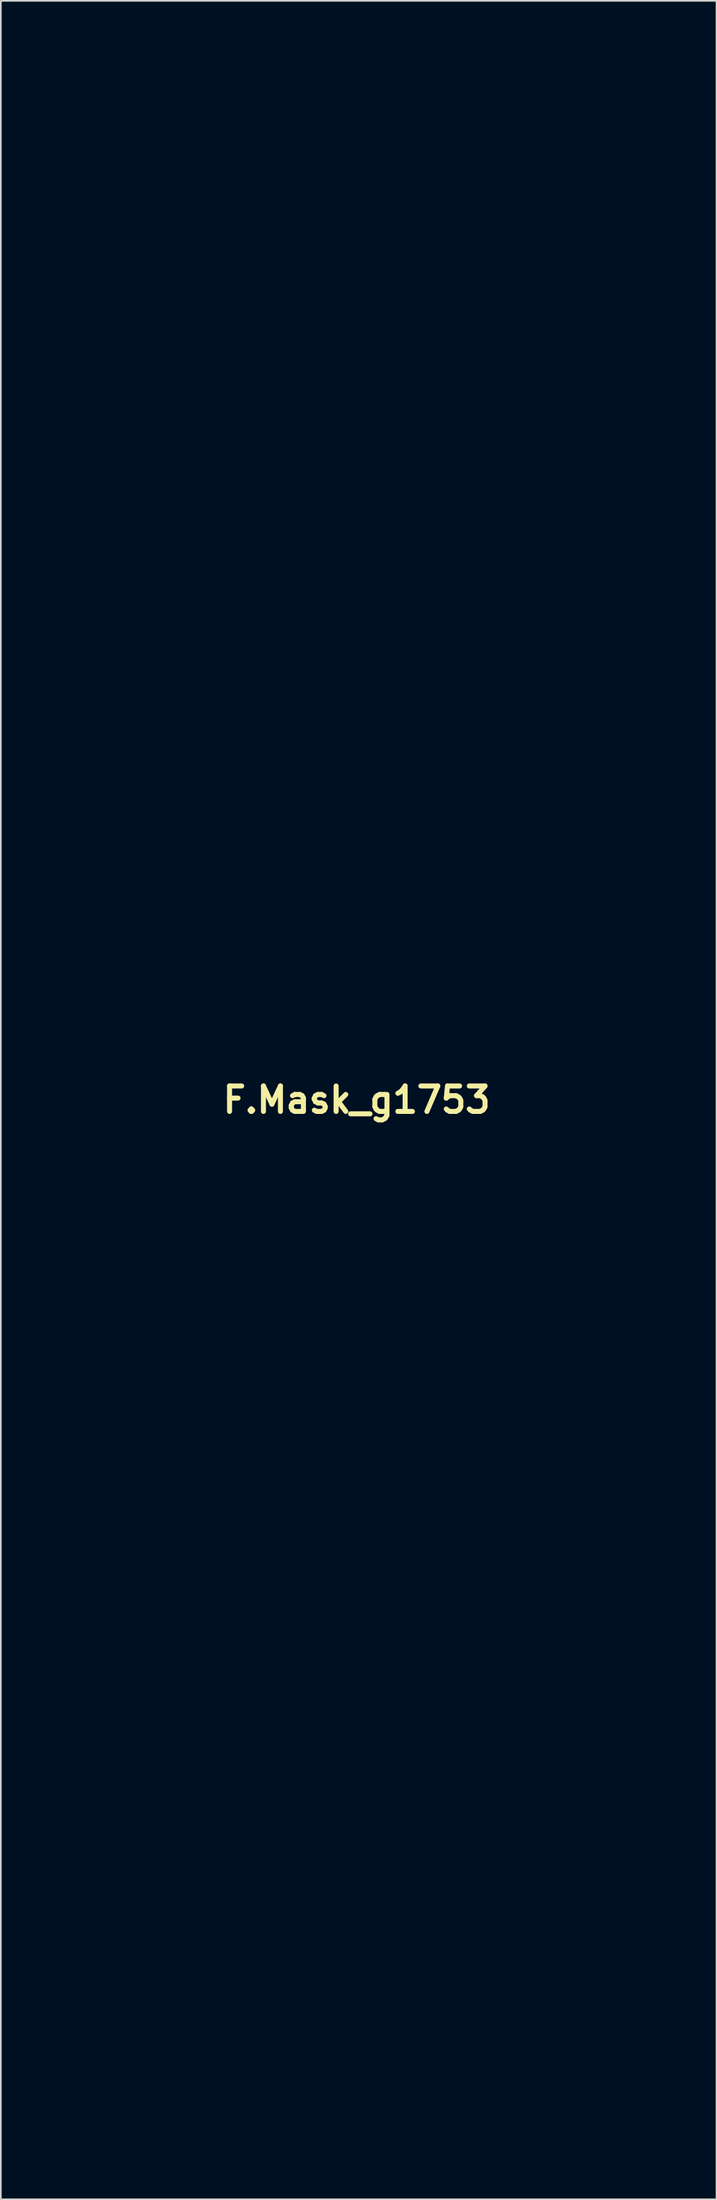
<source format=kicad_pcb>
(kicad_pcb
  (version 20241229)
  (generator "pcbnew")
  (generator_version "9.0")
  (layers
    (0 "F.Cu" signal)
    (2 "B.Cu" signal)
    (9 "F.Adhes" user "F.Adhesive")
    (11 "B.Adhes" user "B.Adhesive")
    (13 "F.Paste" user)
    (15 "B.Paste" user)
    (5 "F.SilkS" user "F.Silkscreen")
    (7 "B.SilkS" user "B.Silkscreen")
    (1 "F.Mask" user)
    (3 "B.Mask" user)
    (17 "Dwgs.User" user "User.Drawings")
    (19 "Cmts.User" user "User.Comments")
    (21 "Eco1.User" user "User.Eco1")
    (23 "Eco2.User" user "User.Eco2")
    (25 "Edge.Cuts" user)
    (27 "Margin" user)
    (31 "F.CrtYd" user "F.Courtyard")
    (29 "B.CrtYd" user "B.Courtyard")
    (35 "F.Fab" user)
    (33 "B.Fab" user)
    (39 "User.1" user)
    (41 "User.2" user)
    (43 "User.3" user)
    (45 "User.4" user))
  (footprint "F.Mask_g1753"
    (layer "F.Cu")
    (at 18.33 62.848)
    (property "Reference" "F.Mask_g1753" (at 0 0 0) (layer "F.SilkS") (effects (font (size 1.524 1.524) (thickness 0.3))))
    (attr through_hole)
    (fp_poly (pts (xy 12.95 -62.832) (xy 13.01 -62.823) (xy 13.257 -62.757) (xy 13.486 -62.656) (xy 13.694 -62.522) (xy 13.878 -62.36) (xy 14.034 -62.173) (xy 14.16 -61.964) (xy 14.254 -61.737) (xy 14.311 -61.495) (xy 14.33 -61.252) (xy 14.318 -61.034) (xy 14.28 -60.835) (xy 14.213 -60.641) (xy 14.171 -60.547) (xy 14.039 -60.32) (xy 13.877 -60.122) (xy 13.689 -59.955) (xy 13.477 -59.821) (xy 13.245 -59.722) (xy 12.994 -59.66) (xy 12.812 -59.64) (xy 12.707 -59.637) (xy 12.6 -59.64) (xy 12.51 -59.647) (xy 12.497 -59.649) (xy 12.25 -59.708) (xy 12.015 -59.806) (xy 11.795 -59.942) (xy 11.598 -60.112) (xy 11.43 -60.307) (xy 11.3 -60.516) (xy 11.206 -60.736) (xy 11.148 -60.963) (xy 11.124 -61.193) (xy 11.134 -61.423) (xy 11.177 -61.648) (xy 11.252 -61.866) (xy 11.358 -62.071) (xy 11.494 -62.262) (xy 11.659 -62.433) (xy 11.852 -62.581) (xy 12.073 -62.703) (xy 12.245 -62.771) (xy 12.404 -62.811) (xy 12.587 -62.836) (xy 12.774 -62.843) (xy 12.95 -62.832)) (stroke (width 0.01) (type solid)) (fill yes) (layer "F.Mask"))
    (fp_poly (pts (xy 0.836 -2.217) (xy 1.097 -2.184) (xy 1.342 -2.113) (xy 1.569 -2.005) (xy 1.774 -1.862) (xy 1.955 -1.686) (xy 2.109 -1.478) (xy 2.191 -1.333) (xy 2.289 -1.094) (xy 2.345 -0.847) (xy 2.36 -0.595) (xy 2.333 -0.337) (xy 2.277 -0.116) (xy 2.184 0.111) (xy 2.054 0.32) (xy 1.894 0.508) (xy 1.706 0.67) (xy 1.496 0.803) (xy 1.269 0.902) (xy 1.143 0.939) (xy 1.01 0.964) (xy 0.859 0.979) (xy 0.708 0.985) (xy 0.572 0.979) (xy 0.525 0.973) (xy 0.271 0.913) (xy 0.035 0.815) (xy -0.18 0.684) (xy -0.371 0.521) (xy -0.535 0.33) (xy -0.669 0.113) (xy -0.77 -0.126) (xy -0.807 -0.253) (xy -0.828 -0.345) (xy -0.84 -0.427) (xy -0.845 -0.516) (xy -0.844 -0.626) (xy -0.842 -0.687) (xy -0.817 -0.936) (xy -0.76 -1.16) (xy -0.668 -1.367) (xy -0.539 -1.563) (xy -0.413 -1.711) (xy -0.218 -1.891) (xy -0.01 -2.032) (xy 0.213 -2.133) (xy 0.452 -2.195) (xy 0.708 -2.219) (xy 0.836 -2.217)) (stroke (width 0.01) (type solid)) (fill yes) (layer "F.Mask"))
    (fp_poly (pts (xy 5.924 -2.217) (xy 6.184 -2.183) (xy 6.427 -2.111) (xy 6.653 -2.002) (xy 6.857 -1.859) (xy 7.038 -1.681) (xy 7.192 -1.472) (xy 7.275 -1.326) (xy 7.364 -1.102) (xy 7.419 -0.863) (xy 7.438 -0.616) (xy 7.42 -0.372) (xy 7.377 -0.18) (xy 7.285 0.063) (xy 7.159 0.284) (xy 7.002 0.479) (xy 6.818 0.647) (xy 6.61 0.784) (xy 6.382 0.887) (xy 6.137 0.955) (xy 5.921 0.982) (xy 5.818 0.984) (xy 5.71 0.982) (xy 5.622 0.974) (xy 5.618 0.974) (xy 5.368 0.918) (xy 5.134 0.825) (xy 4.919 0.698) (xy 4.727 0.539) (xy 4.561 0.352) (xy 4.424 0.139) (xy 4.32 -0.097) (xy 4.273 -0.253) (xy 4.252 -0.345) (xy 4.24 -0.427) (xy 4.235 -0.516) (xy 4.236 -0.626) (xy 4.238 -0.687) (xy 4.263 -0.932) (xy 4.317 -1.152) (xy 4.406 -1.355) (xy 4.531 -1.549) (xy 4.676 -1.719) (xy 4.871 -1.898) (xy 5.081 -2.037) (xy 5.306 -2.137) (xy 5.548 -2.197) (xy 5.806 -2.219) (xy 5.924 -2.217)) (stroke (width 0.01) (type solid)) (fill yes) (layer "F.Mask"))
    (fp_poly (pts (xy -12.401 -62.824) (xy -12.358 -62.816) (xy -12.108 -62.743) (xy -11.878 -62.637) (xy -11.672 -62.498) (xy -11.492 -62.332) (xy -11.34 -62.14) (xy -11.22 -61.927) (xy -11.133 -61.695) (xy -11.082 -61.448) (xy -11.07 -61.248) (xy -11.091 -60.987) (xy -11.149 -60.74) (xy -11.243 -60.51) (xy -11.37 -60.3) (xy -11.528 -60.113) (xy -11.713 -59.952) (xy -11.923 -59.821) (xy -12.156 -59.721) (xy -12.408 -59.657) (xy -12.46 -59.648) (xy -12.59 -59.634) (xy -12.706 -59.631) (xy -12.83 -59.641) (xy -12.903 -59.65) (xy -13.147 -59.706) (xy -13.377 -59.8) (xy -13.589 -59.927) (xy -13.779 -60.086) (xy -13.944 -60.271) (xy -14.08 -60.481) (xy -14.184 -60.711) (xy -14.236 -60.888) (xy -14.256 -61.016) (xy -14.266 -61.167) (xy -14.266 -61.326) (xy -14.255 -61.477) (xy -14.235 -61.604) (xy -14.233 -61.611) (xy -14.151 -61.859) (xy -14.034 -62.086) (xy -13.883 -62.289) (xy -13.701 -62.467) (xy -13.492 -62.616) (xy -13.257 -62.733) (xy -13.155 -62.771) (xy -12.982 -62.814) (xy -12.787 -62.838) (xy -12.588 -62.842) (xy -12.401 -62.824)) (stroke (width 0.01) (type solid)) (fill yes) (layer "F.Mask"))
    (fp_poly (pts (xy -12.463 59.668) (xy -12.227 59.717) (xy -12.002 59.801) (xy -11.792 59.919) (xy -11.6 60.069) (xy -11.431 60.249) (xy -11.286 60.458) (xy -11.17 60.693) (xy -11.134 60.791) (xy -11.099 60.929) (xy -11.079 61.092) (xy -11.072 61.267) (xy -11.079 61.439) (xy -11.1 61.595) (xy -11.109 61.635) (xy -11.194 61.889) (xy -11.313 62.118) (xy -11.463 62.322) (xy -11.642 62.497) (xy -11.849 62.641) (xy -12.081 62.753) (xy -12.306 62.824) (xy -12.465 62.85) (xy -12.642 62.862) (xy -12.82 62.859) (xy -12.979 62.839) (xy -13.007 62.834) (xy -13.256 62.758) (xy -13.485 62.646) (xy -13.692 62.499) (xy -13.873 62.321) (xy -14.025 62.115) (xy -14.107 61.965) (xy -14.183 61.789) (xy -14.233 61.626) (xy -14.26 61.458) (xy -14.268 61.27) (xy -14.268 61.269) (xy -14.249 61.003) (xy -14.191 60.753) (xy -14.095 60.522) (xy -13.961 60.31) (xy -13.79 60.116) (xy -13.76 60.088) (xy -13.596 59.952) (xy -13.43 59.848) (xy -13.247 59.765) (xy -13.206 59.75) (xy -12.956 59.683) (xy -12.707 59.656) (xy -12.463 59.668)) (stroke (width 0.01) (type solid)) (fill yes) (layer "F.Mask"))
    (fp_poly (pts (xy 1.043 4.144) (xy 1.274 4.203) (xy 1.493 4.294) (xy 1.58 4.341) (xy 1.675 4.407) (xy 1.783 4.499) (xy 1.895 4.606) (xy 2 4.719) (xy 2.088 4.828) (xy 2.144 4.911) (xy 2.253 5.14) (xy 2.324 5.382) (xy 2.356 5.632) (xy 2.35 5.883) (xy 2.306 6.13) (xy 2.222 6.368) (xy 2.191 6.435) (xy 2.054 6.66) (xy 1.887 6.857) (xy 1.691 7.024) (xy 1.47 7.158) (xy 1.225 7.258) (xy 1.217 7.26) (xy 1.078 7.292) (xy 0.914 7.312) (xy 0.74 7.319) (xy 0.57 7.312) (xy 0.42 7.292) (xy 0.381 7.283) (xy 0.218 7.235) (xy 0.077 7.177) (xy -0.062 7.101) (xy -0.123 7.062) (xy -0.312 6.915) (xy -0.482 6.735) (xy -0.626 6.531) (xy -0.738 6.31) (xy -0.774 6.212) (xy -0.82 6.03) (xy -0.843 5.828) (xy -0.844 5.62) (xy -0.822 5.425) (xy -0.807 5.355) (xy -0.723 5.102) (xy -0.605 4.872) (xy -0.456 4.668) (xy -0.278 4.493) (xy -0.073 4.347) (xy 0.154 4.234) (xy 0.403 4.157) (xy 0.585 4.125) (xy 0.809 4.117) (xy 1.043 4.144)) (stroke (width 0.01) (type solid)) (fill yes) (layer "F.Mask"))
    (fp_poly (pts (xy 6.123 4.144) (xy 6.355 4.204) (xy 6.574 4.294) (xy 6.66 4.341) (xy 6.754 4.406) (xy 6.862 4.497) (xy 6.973 4.604) (xy 7.077 4.717) (xy 7.166 4.825) (xy 7.224 4.911) (xy 7.332 5.138) (xy 7.402 5.378) (xy 7.435 5.627) (xy 7.43 5.877) (xy 7.387 6.124) (xy 7.306 6.361) (xy 7.271 6.435) (xy 7.134 6.66) (xy 6.967 6.857) (xy 6.771 7.024) (xy 6.55 7.158) (xy 6.305 7.258) (xy 6.297 7.26) (xy 6.158 7.293) (xy 5.994 7.312) (xy 5.819 7.319) (xy 5.649 7.312) (xy 5.499 7.291) (xy 5.461 7.283) (xy 5.232 7.209) (xy 5.031 7.11) (xy 4.846 6.981) (xy 4.67 6.814) (xy 4.667 6.812) (xy 4.541 6.666) (xy 4.444 6.523) (xy 4.366 6.368) (xy 4.312 6.229) (xy 4.26 6.027) (xy 4.235 5.808) (xy 4.237 5.587) (xy 4.267 5.38) (xy 4.273 5.355) (xy 4.357 5.102) (xy 4.475 4.872) (xy 4.624 4.668) (xy 4.802 4.493) (xy 5.007 4.347) (xy 5.234 4.234) (xy 5.483 4.157) (xy 5.665 4.125) (xy 5.89 4.117) (xy 6.123 4.144)) (stroke (width 0.01) (type solid)) (fill yes) (layer "F.Mask"))
    (fp_poly (pts (xy 0.953 16.837) (xy 1.132 16.866) (xy 1.301 16.919) (xy 1.45 16.985) (xy 1.682 17.122) (xy 1.882 17.286) (xy 2.049 17.473) (xy 2.181 17.683) (xy 2.276 17.914) (xy 2.335 18.162) (xy 2.354 18.426) (xy 2.334 18.684) (xy 2.275 18.93) (xy 2.181 19.16) (xy 2.053 19.37) (xy 1.894 19.558) (xy 1.707 19.719) (xy 1.494 19.851) (xy 1.259 19.95) (xy 1.149 19.983) (xy 1.004 20.009) (xy 0.836 20.022) (xy 0.662 20.022) (xy 0.496 20.009) (xy 0.354 19.983) (xy 0.351 19.982) (xy 0.106 19.894) (xy -0.119 19.771) (xy -0.32 19.616) (xy -0.494 19.431) (xy -0.639 19.219) (xy -0.751 18.983) (xy -0.787 18.881) (xy -0.808 18.807) (xy -0.822 18.737) (xy -0.83 18.66) (xy -0.835 18.564) (xy -0.836 18.439) (xy -0.836 18.426) (xy -0.835 18.297) (xy -0.831 18.199) (xy -0.823 18.12) (xy -0.809 18.05) (xy -0.789 17.977) (xy -0.787 17.971) (xy -0.689 17.726) (xy -0.56 17.506) (xy -0.401 17.312) (xy -0.216 17.148) (xy -0.009 17.015) (xy 0.218 16.916) (xy 0.462 16.853) (xy 0.719 16.828) (xy 0.75 16.828) (xy 0.953 16.837)) (stroke (width 0.01) (type solid)) (fill yes) (layer "F.Mask"))
    (fp_poly (pts (xy 1.023 10.498) (xy 1.272 10.558) (xy 1.506 10.657) (xy 1.722 10.794) (xy 1.916 10.966) (xy 1.956 11.009) (xy 2.099 11.198) (xy 2.214 11.41) (xy 2.297 11.637) (xy 2.347 11.872) (xy 2.361 12.107) (xy 2.35 12.257) (xy 2.297 12.514) (xy 2.212 12.747) (xy 2.091 12.96) (xy 1.933 13.159) (xy 1.875 13.219) (xy 1.682 13.383) (xy 1.465 13.514) (xy 1.231 13.609) (xy 1.151 13.632) (xy 0.988 13.661) (xy 0.805 13.673) (xy 0.616 13.669) (xy 0.44 13.647) (xy 0.36 13.63) (xy 0.112 13.544) (xy -0.114 13.423) (xy -0.316 13.269) (xy -0.491 13.086) (xy -0.636 12.875) (xy -0.749 12.64) (xy -0.787 12.531) (xy -0.808 12.457) (xy -0.822 12.386) (xy -0.831 12.309) (xy -0.835 12.212) (xy -0.836 12.085) (xy -0.836 12.076) (xy -0.835 11.946) (xy -0.831 11.848) (xy -0.823 11.769) (xy -0.809 11.699) (xy -0.788 11.625) (xy -0.787 11.62) (xy -0.69 11.375) (xy -0.56 11.155) (xy -0.4 10.961) (xy -0.214 10.797) (xy -0.005 10.664) (xy 0.225 10.565) (xy 0.472 10.502) (xy 0.733 10.478) (xy 0.762 10.477) (xy 1.023 10.498)) (stroke (width 0.01) (type solid)) (fill yes) (layer "F.Mask"))
    (fp_poly (pts (xy 6.101 10.497) (xy 6.339 10.554) (xy 6.56 10.645) (xy 6.762 10.766) (xy 6.942 10.915) (xy 7.098 11.088) (xy 7.227 11.281) (xy 7.328 11.492) (xy 7.397 11.717) (xy 7.433 11.952) (xy 7.434 12.196) (xy 7.396 12.443) (xy 7.353 12.594) (xy 7.264 12.807) (xy 7.144 13.001) (xy 6.988 13.185) (xy 6.953 13.22) (xy 6.758 13.384) (xy 6.541 13.515) (xy 6.31 13.609) (xy 6.231 13.632) (xy 6.07 13.661) (xy 5.887 13.673) (xy 5.699 13.669) (xy 5.523 13.648) (xy 5.44 13.63) (xy 5.194 13.546) (xy 4.968 13.425) (xy 4.767 13.272) (xy 4.592 13.089) (xy 4.446 12.879) (xy 4.333 12.644) (xy 4.293 12.531) (xy 4.272 12.457) (xy 4.258 12.387) (xy 4.25 12.31) (xy 4.245 12.214) (xy 4.244 12.089) (xy 4.244 12.076) (xy 4.245 11.947) (xy 4.249 11.849) (xy 4.257 11.77) (xy 4.271 11.7) (xy 4.291 11.627) (xy 4.293 11.62) (xy 4.392 11.372) (xy 4.523 11.149) (xy 4.687 10.954) (xy 4.88 10.787) (xy 5.101 10.651) (xy 5.154 10.625) (xy 5.348 10.548) (xy 5.545 10.5) (xy 5.757 10.479) (xy 5.848 10.477) (xy 6.101 10.497)) (stroke (width 0.01) (type solid)) (fill yes) (layer "F.Mask"))
    (fp_poly (pts (xy 13.029 12.119) (xy 13.338 12.165) (xy 13.643 12.251) (xy 13.938 12.376) (xy 14.121 12.475) (xy 14.281 12.582) (xy 14.434 12.705) (xy 14.594 12.855) (xy 14.595 12.857) (xy 14.812 13.103) (xy 14.991 13.37) (xy 15.133 13.654) (xy 15.237 13.954) (xy 15.301 14.267) (xy 15.325 14.591) (xy 15.325 14.616) (xy 15.304 14.939) (xy 15.242 15.254) (xy 15.141 15.556) (xy 15.002 15.844) (xy 14.825 16.114) (xy 14.645 16.328) (xy 14.412 16.547) (xy 14.155 16.733) (xy 13.878 16.884) (xy 13.585 16.999) (xy 13.279 17.077) (xy 12.965 17.116) (xy 12.645 17.116) (xy 12.42 17.091) (xy 12.118 17.023) (xy 11.828 16.917) (xy 11.554 16.775) (xy 11.298 16.601) (xy 11.065 16.398) (xy 10.858 16.168) (xy 10.68 15.916) (xy 10.534 15.643) (xy 10.425 15.353) (xy 10.404 15.28) (xy 10.339 14.962) (xy 10.316 14.643) (xy 10.332 14.327) (xy 10.387 14.018) (xy 10.481 13.719) (xy 10.612 13.434) (xy 10.778 13.165) (xy 10.981 12.917) (xy 11.037 12.859) (xy 11.279 12.643) (xy 11.541 12.464) (xy 11.82 12.32) (xy 12.112 12.213) (xy 12.413 12.144) (xy 12.72 12.112) (xy 13.029 12.119)) (stroke (width 0.01) (type solid)) (fill yes) (layer "F.Mask"))
    (fp_poly (pts (xy 5.809 16.83) (xy 5.905 16.834) (xy 6.074 16.845) (xy 6.215 16.867) (xy 6.342 16.901) (xy 6.47 16.952) (xy 6.574 17.004) (xy 6.798 17.145) (xy 6.992 17.313) (xy 7.152 17.506) (xy 7.278 17.721) (xy 7.368 17.956) (xy 7.42 18.208) (xy 7.433 18.426) (xy 7.413 18.685) (xy 7.355 18.931) (xy 7.26 19.161) (xy 7.132 19.371) (xy 6.973 19.559) (xy 6.786 19.72) (xy 6.574 19.852) (xy 6.338 19.951) (xy 6.229 19.983) (xy 6.084 20.009) (xy 5.915 20.021) (xy 5.739 20.021) (xy 5.572 20.007) (xy 5.43 19.981) (xy 5.188 19.895) (xy 4.965 19.773) (xy 4.764 19.618) (xy 4.59 19.435) (xy 4.444 19.225) (xy 4.332 18.992) (xy 4.293 18.881) (xy 4.272 18.807) (xy 4.258 18.736) (xy 4.249 18.659) (xy 4.245 18.562) (xy 4.244 18.435) (xy 4.244 18.426) (xy 4.245 18.296) (xy 4.249 18.198) (xy 4.257 18.119) (xy 4.271 18.049) (xy 4.292 17.975) (xy 4.293 17.971) (xy 4.391 17.726) (xy 4.522 17.504) (xy 4.685 17.308) (xy 4.876 17.141) (xy 5.093 17.006) (xy 5.332 16.904) (xy 5.46 16.867) (xy 5.547 16.847) (xy 5.625 16.835) (xy 5.708 16.83) (xy 5.809 16.83)) (stroke (width 0.01) (type solid)) (fill yes) (layer "F.Mask"))
    (fp_poly (pts (xy 12.721 59.659) (xy 12.845 59.66) (xy 12.937 59.662) (xy 13.008 59.669) (xy 13.07 59.68) (xy 13.133 59.697) (xy 13.207 59.723) (xy 13.212 59.725) (xy 13.448 59.829) (xy 13.664 59.967) (xy 13.855 60.133) (xy 14.016 60.325) (xy 14.145 60.537) (xy 14.201 60.664) (xy 14.275 60.91) (xy 14.308 61.158) (xy 14.303 61.405) (xy 14.26 61.645) (xy 14.182 61.876) (xy 14.07 62.092) (xy 13.926 62.29) (xy 13.751 62.466) (xy 13.547 62.616) (xy 13.401 62.696) (xy 13.203 62.774) (xy 12.985 62.827) (xy 12.761 62.853) (xy 12.547 62.85) (xy 12.492 62.843) (xy 12.324 62.809) (xy 12.145 62.752) (xy 11.976 62.68) (xy 11.895 62.637) (xy 11.799 62.572) (xy 11.69 62.481) (xy 11.578 62.376) (xy 11.472 62.265) (xy 11.384 62.158) (xy 11.326 62.074) (xy 11.215 61.845) (xy 11.141 61.603) (xy 11.107 61.354) (xy 11.11 61.102) (xy 11.153 60.855) (xy 11.234 60.616) (xy 11.271 60.537) (xy 11.408 60.311) (xy 11.575 60.114) (xy 11.77 59.948) (xy 11.993 59.813) (xy 12.24 59.713) (xy 12.255 59.708) (xy 12.327 59.687) (xy 12.394 59.673) (xy 12.468 59.665) (xy 12.559 59.66) (xy 12.679 59.659) (xy 12.721 59.659)) (stroke (width 0.01) (type solid)) (fill yes) (layer "F.Mask"))
    (fp_poly (pts (xy 13.075 0.68) (xy 13.24 0.7) (xy 13.277 0.706) (xy 13.597 0.789) (xy 13.897 0.91) (xy 14.178 1.067) (xy 14.436 1.26) (xy 14.583 1.396) (xy 14.797 1.638) (xy 14.974 1.898) (xy 15.115 2.173) (xy 15.221 2.459) (xy 15.289 2.754) (xy 15.322 3.053) (xy 15.318 3.354) (xy 15.278 3.652) (xy 15.202 3.945) (xy 15.089 4.229) (xy 14.94 4.501) (xy 14.754 4.756) (xy 14.637 4.888) (xy 14.394 5.114) (xy 14.131 5.303) (xy 13.849 5.454) (xy 13.549 5.567) (xy 13.242 5.64) (xy 13.103 5.657) (xy 12.94 5.667) (xy 12.767 5.67) (xy 12.6 5.664) (xy 12.453 5.651) (xy 12.393 5.642) (xy 12.073 5.562) (xy 11.772 5.446) (xy 11.493 5.295) (xy 11.237 5.112) (xy 11.008 4.898) (xy 10.806 4.656) (xy 10.634 4.388) (xy 10.494 4.095) (xy 10.388 3.779) (xy 10.358 3.658) (xy 10.34 3.541) (xy 10.327 3.395) (xy 10.322 3.231) (xy 10.323 3.062) (xy 10.331 2.901) (xy 10.345 2.761) (xy 10.359 2.679) (xy 10.45 2.359) (xy 10.577 2.059) (xy 10.736 1.783) (xy 10.927 1.531) (xy 11.146 1.307) (xy 11.391 1.112) (xy 11.661 0.949) (xy 11.953 0.819) (xy 12.265 0.726) (xy 12.36 0.705) (xy 12.516 0.684) (xy 12.697 0.672) (xy 12.889 0.671) (xy 13.075 0.68)) (stroke (width 0.01) (type solid)) (fill yes) (layer "F.Mask"))
    (fp_poly (pts (xy 10.572 29.306) (xy 10.934 29.359) (xy 11.146 29.409) (xy 11.475 29.52) (xy 11.792 29.67) (xy 12.092 29.855) (xy 12.372 30.072) (xy 12.629 30.32) (xy 12.858 30.595) (xy 13.056 30.894) (xy 13.068 30.914) (xy 13.224 31.228) (xy 13.344 31.559) (xy 13.427 31.903) (xy 13.472 32.255) (xy 13.479 32.61) (xy 13.448 32.965) (xy 13.378 33.314) (xy 13.311 33.537) (xy 13.175 33.871) (xy 13.003 34.184) (xy 12.798 34.475) (xy 12.563 34.741) (xy 12.302 34.979) (xy 12.015 35.188) (xy 11.707 35.365) (xy 11.38 35.506) (xy 11.037 35.612) (xy 10.827 35.656) (xy 10.679 35.675) (xy 10.506 35.689) (xy 10.323 35.697) (xy 10.144 35.698) (xy 9.984 35.691) (xy 9.907 35.684) (xy 9.579 35.625) (xy 9.25 35.529) (xy 8.928 35.399) (xy 8.622 35.239) (xy 8.365 35.068) (xy 8.261 34.985) (xy 8.142 34.878) (xy 8.017 34.758) (xy 7.899 34.636) (xy 7.795 34.52) (xy 7.733 34.443) (xy 7.526 34.134) (xy 7.358 33.81) (xy 7.228 33.475) (xy 7.138 33.13) (xy 7.087 32.779) (xy 7.075 32.425) (xy 7.104 32.071) (xy 7.172 31.719) (xy 7.28 31.372) (xy 7.429 31.033) (xy 7.459 30.975) (xy 7.603 30.733) (xy 7.769 30.507) (xy 7.965 30.286) (xy 8.012 30.238) (xy 8.287 29.989) (xy 8.582 29.778) (xy 8.897 29.604) (xy 9.232 29.467) (xy 9.494 29.389) (xy 9.847 29.321) (xy 10.207 29.294) (xy 10.572 29.306)) (stroke (width 0.01) (type solid)) (fill yes) (layer "F.Mask"))
    (fp_poly (pts (xy 5.463 42.057) (xy 5.81 42.105) (xy 6.15 42.19) (xy 6.478 42.31) (xy 6.79 42.466) (xy 7.084 42.654) (xy 7.356 42.875) (xy 7.602 43.127) (xy 7.669 43.208) (xy 7.889 43.508) (xy 8.068 43.815) (xy 8.207 44.134) (xy 8.308 44.465) (xy 8.371 44.814) (xy 8.396 45.127) (xy 8.39 45.501) (xy 8.344 45.863) (xy 8.258 46.213) (xy 8.131 46.548) (xy 7.966 46.869) (xy 7.773 47.158) (xy 7.539 47.436) (xy 7.277 47.686) (xy 6.99 47.904) (xy 6.681 48.089) (xy 6.353 48.238) (xy 6.011 48.351) (xy 5.658 48.423) (xy 5.624 48.428) (xy 5.517 48.438) (xy 5.382 48.445) (xy 5.231 48.447) (xy 5.076 48.446) (xy 4.931 48.442) (xy 4.808 48.433) (xy 4.749 48.427) (xy 4.395 48.355) (xy 4.056 48.245) (xy 3.734 48.099) (xy 3.432 47.92) (xy 3.151 47.71) (xy 2.895 47.471) (xy 2.666 47.205) (xy 2.465 46.915) (xy 2.297 46.603) (xy 2.162 46.272) (xy 2.064 45.923) (xy 2.04 45.805) (xy 2.018 45.642) (xy 2.005 45.452) (xy 2.001 45.249) (xy 2.006 45.044) (xy 2.02 44.852) (xy 2.042 44.684) (xy 2.051 44.641) (xy 2.142 44.289) (xy 2.261 43.967) (xy 2.41 43.669) (xy 2.593 43.389) (xy 2.812 43.124) (xy 2.931 42.999) (xy 3.183 42.766) (xy 3.439 42.571) (xy 3.704 42.411) (xy 3.986 42.28) (xy 4.292 42.176) (xy 4.406 42.145) (xy 4.757 42.076) (xy 5.11 42.047) (xy 5.463 42.057)) (stroke (width 0.01) (type solid)) (fill yes) (layer "F.Mask"))
    (fp_poly (pts (xy -4.803 42.052) (xy -4.623 42.062) (xy -4.467 42.079) (xy -4.424 42.086) (xy -4.058 42.173) (xy -3.711 42.298) (xy -3.383 42.459) (xy -3.077 42.657) (xy -2.794 42.889) (xy -2.535 43.154) (xy -2.339 43.404) (xy -2.25 43.539) (xy -2.158 43.703) (xy -2.068 43.882) (xy -1.986 44.064) (xy -1.919 44.235) (xy -1.885 44.339) (xy -1.804 44.691) (xy -1.763 45.051) (xy -1.762 45.415) (xy -1.8 45.776) (xy -1.879 46.129) (xy -1.919 46.26) (xy -2.052 46.596) (xy -2.22 46.912) (xy -2.422 47.205) (xy -2.654 47.473) (xy -2.915 47.714) (xy -3.202 47.926) (xy -3.512 48.106) (xy -3.843 48.253) (xy -4.193 48.363) (xy -4.303 48.39) (xy -4.454 48.415) (xy -4.635 48.433) (xy -4.833 48.443) (xy -5.036 48.445) (xy -5.231 48.438) (xy -5.408 48.423) (xy -5.511 48.408) (xy -5.866 48.323) (xy -6.202 48.202) (xy -6.518 48.048) (xy -6.81 47.863) (xy -7.079 47.65) (xy -7.322 47.411) (xy -7.537 47.149) (xy -7.724 46.867) (xy -7.88 46.566) (xy -8.003 46.249) (xy -8.093 45.92) (xy -8.147 45.579) (xy -8.164 45.231) (xy -8.142 44.877) (xy -8.08 44.52) (xy -8.065 44.46) (xy -7.958 44.116) (xy -7.817 43.794) (xy -7.639 43.491) (xy -7.422 43.203) (xy -7.271 43.035) (xy -7.002 42.782) (xy -6.713 42.566) (xy -6.403 42.386) (xy -6.071 42.243) (xy -5.716 42.134) (xy -5.493 42.086) (xy -5.35 42.067) (xy -5.179 42.055) (xy -4.992 42.05) (xy -4.803 42.052)) (stroke (width 0.01) (type solid)) (fill yes) (layer "F.Mask"))
    (fp_poly (pts (xy 15.849 42.082) (xy 16.185 42.153) (xy 16.511 42.259) (xy 16.824 42.399) (xy 17.121 42.572) (xy 17.399 42.777) (xy 17.655 43.013) (xy 17.886 43.279) (xy 18.089 43.573) (xy 18.212 43.793) (xy 18.359 44.127) (xy 18.467 44.473) (xy 18.535 44.827) (xy 18.563 45.186) (xy 18.551 45.545) (xy 18.497 45.901) (xy 18.468 46.028) (xy 18.359 46.376) (xy 18.213 46.705) (xy 18.034 47.012) (xy 17.823 47.296) (xy 17.583 47.554) (xy 17.317 47.785) (xy 17.027 47.985) (xy 16.715 48.153) (xy 16.384 48.286) (xy 16.037 48.383) (xy 15.784 48.428) (xy 15.677 48.438) (xy 15.542 48.444) (xy 15.391 48.447) (xy 15.236 48.446) (xy 15.091 48.442) (xy 14.967 48.433) (xy 14.909 48.427) (xy 14.691 48.385) (xy 14.458 48.322) (xy 14.223 48.242) (xy 14 48.151) (xy 13.802 48.052) (xy 13.766 48.032) (xy 13.456 47.826) (xy 13.174 47.591) (xy 12.922 47.327) (xy 12.703 47.038) (xy 12.518 46.725) (xy 12.368 46.391) (xy 12.321 46.259) (xy 12.261 46.067) (xy 12.218 45.893) (xy 12.189 45.723) (xy 12.171 45.545) (xy 12.164 45.344) (xy 12.163 45.244) (xy 12.167 45.03) (xy 12.179 44.843) (xy 12.204 44.671) (xy 12.241 44.5) (xy 12.294 44.316) (xy 12.312 44.26) (xy 12.443 43.925) (xy 12.61 43.607) (xy 12.811 43.311) (xy 13.043 43.038) (xy 13.304 42.793) (xy 13.589 42.578) (xy 13.897 42.396) (xy 14.121 42.292) (xy 14.463 42.171) (xy 14.81 42.091) (xy 15.159 42.05) (xy 15.506 42.047) (xy 15.849 42.082)) (stroke (width 0.01) (type solid)) (fill yes) (layer "F.Mask"))
    (fp_poly (pts (xy -10.792 6.02) (xy -10.418 6.094) (xy -10.057 6.208) (xy -9.711 6.36) (xy -9.383 6.549) (xy -9.073 6.776) (xy -8.785 7.04) (xy -8.742 7.084) (xy -8.487 7.379) (xy -8.27 7.692) (xy -8.091 8.025) (xy -7.949 8.379) (xy -7.842 8.754) (xy -7.84 8.762) (xy -7.776 9.138) (xy -7.754 9.515) (xy -7.771 9.889) (xy -7.828 10.258) (xy -7.924 10.619) (xy -8.057 10.968) (xy -8.227 11.303) (xy -8.433 11.62) (xy -8.674 11.916) (xy -8.84 12.088) (xy -9.11 12.324) (xy -9.403 12.532) (xy -9.714 12.711) (xy -10.038 12.857) (xy -10.37 12.968) (xy -10.703 13.042) (xy -10.946 13.071) (xy -11.096 13.081) (xy -11.217 13.088) (xy -11.318 13.09) (xy -11.412 13.089) (xy -11.511 13.085) (xy -11.585 13.08) (xy -11.958 13.032) (xy -12.32 12.945) (xy -12.668 12.821) (xy -13.001 12.661) (xy -13.315 12.468) (xy -13.608 12.244) (xy -13.877 11.991) (xy -14.119 11.711) (xy -14.331 11.406) (xy -14.512 11.078) (xy -14.658 10.73) (xy -14.678 10.673) (xy -14.733 10.501) (xy -14.775 10.348) (xy -14.806 10.203) (xy -14.827 10.055) (xy -14.84 9.896) (xy -14.847 9.713) (xy -14.848 9.536) (xy -14.846 9.326) (xy -14.839 9.147) (xy -14.824 8.99) (xy -14.802 8.844) (xy -14.769 8.699) (xy -14.724 8.543) (xy -14.678 8.398) (xy -14.537 8.046) (xy -14.362 7.714) (xy -14.154 7.404) (xy -13.916 7.12) (xy -13.651 6.863) (xy -13.361 6.635) (xy -13.049 6.437) (xy -12.718 6.273) (xy -12.371 6.143) (xy -12.009 6.051) (xy -11.636 5.998) (xy -11.572 5.993) (xy -11.177 5.986) (xy -10.792 6.02)) (stroke (width 0.01) (type solid)) (fill yes) (layer "F.Mask"))
    (fp_poly (pts (xy 10.677 -51.148) (xy 11.035 -51.089) (xy 11.387 -50.993) (xy 11.728 -50.861) (xy 12.057 -50.693) (xy 12.37 -50.488) (xy 12.664 -50.248) (xy 12.829 -50.088) (xy 13.078 -49.802) (xy 13.294 -49.494) (xy 13.476 -49.167) (xy 13.622 -48.824) (xy 13.732 -48.47) (xy 13.803 -48.107) (xy 13.835 -47.741) (xy 13.826 -47.374) (xy 13.824 -47.342) (xy 13.768 -46.944) (xy 13.674 -46.564) (xy 13.543 -46.204) (xy 13.374 -45.864) (xy 13.168 -45.544) (xy 12.925 -45.244) (xy 12.737 -45.05) (xy 12.442 -44.795) (xy 12.127 -44.578) (xy 11.795 -44.398) (xy 11.445 -44.256) (xy 11.079 -44.153) (xy 10.699 -44.09) (xy 10.306 -44.066) (xy 10.033 -44.072) (xy 9.666 -44.114) (xy 9.307 -44.195) (xy 8.961 -44.314) (xy 8.629 -44.468) (xy 8.315 -44.656) (xy 8.021 -44.874) (xy 7.75 -45.121) (xy 7.506 -45.395) (xy 7.29 -45.693) (xy 7.106 -46.013) (xy 6.957 -46.353) (xy 6.914 -46.474) (xy 6.861 -46.639) (xy 6.82 -46.781) (xy 6.789 -46.912) (xy 6.768 -47.04) (xy 6.754 -47.176) (xy 6.746 -47.329) (xy 6.743 -47.51) (xy 6.743 -47.614) (xy 6.743 -47.779) (xy 6.745 -47.91) (xy 6.749 -48.014) (xy 6.755 -48.1) (xy 6.764 -48.175) (xy 6.776 -48.248) (xy 6.79 -48.318) (xy 6.879 -48.649) (xy 7 -48.977) (xy 7.147 -49.291) (xy 7.316 -49.581) (xy 7.382 -49.678) (xy 7.491 -49.819) (xy 7.625 -49.972) (xy 7.776 -50.128) (xy 7.932 -50.277) (xy 8.084 -50.409) (xy 8.213 -50.508) (xy 8.539 -50.714) (xy 8.879 -50.881) (xy 9.23 -51.01) (xy 9.587 -51.101) (xy 9.95 -51.154) (xy 10.314 -51.17) (xy 10.677 -51.148)) (stroke (width 0.01) (type solid)) (fill yes) (layer "F.Mask"))
    (fp_poly (pts (xy -14.828 42.057) (xy -14.467 42.112) (xy -14.113 42.207) (xy -13.775 42.34) (xy -13.459 42.508) (xy -13.165 42.709) (xy -12.897 42.94) (xy -12.655 43.201) (xy -12.444 43.487) (xy -12.263 43.798) (xy -12.117 44.129) (xy -12.006 44.48) (xy -11.976 44.605) (xy -11.959 44.688) (xy -11.947 44.767) (xy -11.938 44.851) (xy -11.933 44.949) (xy -11.93 45.068) (xy -11.929 45.22) (xy -11.929 45.254) (xy -11.929 45.406) (xy -11.931 45.524) (xy -11.935 45.617) (xy -11.941 45.696) (xy -11.952 45.77) (xy -11.967 45.846) (xy -11.987 45.935) (xy -11.988 45.942) (xy -12.094 46.302) (xy -12.236 46.642) (xy -12.411 46.959) (xy -12.619 47.251) (xy -12.856 47.517) (xy -13.122 47.754) (xy -13.414 47.962) (xy -13.73 48.136) (xy -14.069 48.277) (xy -14.428 48.382) (xy -14.466 48.39) (xy -14.562 48.408) (xy -14.669 48.422) (xy -14.794 48.431) (xy -14.947 48.437) (xy -15.05 48.44) (xy -15.178 48.441) (xy -15.297 48.442) (xy -15.396 48.441) (xy -15.469 48.44) (xy -15.505 48.437) (xy -15.879 48.361) (xy -16.235 48.249) (xy -16.57 48.102) (xy -16.882 47.922) (xy -17.169 47.712) (xy -17.43 47.471) (xy -17.662 47.202) (xy -17.863 46.907) (xy -18.032 46.586) (xy -18.148 46.297) (xy -18.247 45.949) (xy -18.306 45.6) (xy -18.325 45.253) (xy -18.307 44.91) (xy -18.252 44.573) (xy -18.162 44.246) (xy -18.039 43.931) (xy -17.884 43.631) (xy -17.698 43.349) (xy -17.483 43.087) (xy -17.24 42.848) (xy -16.971 42.634) (xy -16.677 42.449) (xy -16.36 42.295) (xy -16.021 42.174) (xy -15.913 42.145) (xy -15.552 42.073) (xy -15.19 42.044) (xy -14.828 42.057)) (stroke (width 0.01) (type solid)) (fill yes) (layer "F.Mask"))
    (fp_poly (pts (xy -10.889 -51.145) (xy -10.524 -51.083) (xy -10.165 -50.982) (xy -9.816 -50.843) (xy -9.517 -50.685) (xy -9.226 -50.492) (xy -8.948 -50.266) (xy -8.691 -50.012) (xy -8.46 -49.738) (xy -8.262 -49.449) (xy -8.192 -49.33) (xy -8.075 -49.092) (xy -7.97 -48.824) (xy -7.881 -48.54) (xy -7.811 -48.252) (xy -7.785 -48.112) (xy -7.771 -47.989) (xy -7.763 -47.837) (xy -7.76 -47.666) (xy -7.762 -47.488) (xy -7.77 -47.316) (xy -7.782 -47.162) (xy -7.799 -47.043) (xy -7.888 -46.656) (xy -8.014 -46.288) (xy -8.175 -45.941) (xy -8.372 -45.615) (xy -8.603 -45.314) (xy -8.829 -45.074) (xy -9.01 -44.908) (xy -9.18 -44.768) (xy -9.352 -44.646) (xy -9.539 -44.533) (xy -9.74 -44.427) (xy -10.083 -44.278) (xy -10.439 -44.169) (xy -10.81 -44.098) (xy -11.196 -44.067) (xy -11.557 -44.072) (xy -11.925 -44.114) (xy -12.284 -44.195) (xy -12.63 -44.314) (xy -12.961 -44.468) (xy -13.275 -44.655) (xy -13.568 -44.873) (xy -13.838 -45.12) (xy -14.082 -45.394) (xy -14.298 -45.692) (xy -14.481 -46.012) (xy -14.631 -46.352) (xy -14.697 -46.545) (xy -14.745 -46.706) (xy -14.782 -46.842) (xy -14.809 -46.965) (xy -14.828 -47.084) (xy -14.839 -47.21) (xy -14.846 -47.354) (xy -14.848 -47.525) (xy -14.848 -47.604) (xy -14.847 -47.779) (xy -14.844 -47.92) (xy -14.838 -48.035) (xy -14.829 -48.132) (xy -14.817 -48.22) (xy -14.81 -48.26) (xy -14.736 -48.561) (xy -14.632 -48.868) (xy -14.503 -49.169) (xy -14.353 -49.452) (xy -14.208 -49.678) (xy -14.099 -49.818) (xy -13.965 -49.97) (xy -13.816 -50.126) (xy -13.661 -50.274) (xy -13.51 -50.406) (xy -13.377 -50.508) (xy -13.052 -50.713) (xy -12.711 -50.88) (xy -12.359 -51.009) (xy -11.997 -51.1) (xy -11.629 -51.154) (xy -11.259 -51.168) (xy -10.889 -51.145)) (stroke (width 0.01) (type solid)) (fill yes) (layer "F.Mask"))
    (fp_poly (pts (xy -9.873 29.306) (xy -9.736 29.31) (xy -9.625 29.317) (xy -9.532 29.327) (xy -9.448 29.341) (xy -9.44 29.343) (xy -9.08 29.439) (xy -8.738 29.571) (xy -8.416 29.737) (xy -8.117 29.936) (xy -7.843 30.165) (xy -7.597 30.423) (xy -7.382 30.708) (xy -7.2 31.017) (xy -7.177 31.061) (xy -7.058 31.322) (xy -6.969 31.57) (xy -6.906 31.816) (xy -6.865 32.073) (xy -6.844 32.355) (xy -6.844 32.374) (xy -6.846 32.719) (xy -6.881 33.042) (xy -6.949 33.352) (xy -7.053 33.656) (xy -7.143 33.86) (xy -7.242 34.056) (xy -7.342 34.226) (xy -7.453 34.387) (xy -7.584 34.553) (xy -7.603 34.576) (xy -7.843 34.829) (xy -8.112 35.055) (xy -8.407 35.251) (xy -8.723 35.416) (xy -9.054 35.545) (xy -9.395 35.637) (xy -9.493 35.656) (xy -9.583 35.668) (xy -9.696 35.679) (xy -9.822 35.689) (xy -9.951 35.696) (xy -10.073 35.701) (xy -10.179 35.702) (xy -10.259 35.7) (xy -10.287 35.696) (xy -10.332 35.689) (xy -10.406 35.679) (xy -10.494 35.667) (xy -10.52 35.663) (xy -10.858 35.597) (xy -11.186 35.491) (xy -11.502 35.349) (xy -11.801 35.172) (xy -12.08 34.964) (xy -12.337 34.726) (xy -12.568 34.462) (xy -12.77 34.173) (xy -12.939 33.863) (xy -12.998 33.73) (xy -13.118 33.389) (xy -13.198 33.043) (xy -13.238 32.693) (xy -13.24 32.344) (xy -13.204 31.999) (xy -13.132 31.661) (xy -13.024 31.332) (xy -12.881 31.016) (xy -12.704 30.717) (xy -12.495 30.437) (xy -12.253 30.179) (xy -11.981 29.947) (xy -11.81 29.825) (xy -11.495 29.642) (xy -11.158 29.494) (xy -10.798 29.381) (xy -10.687 29.354) (xy -10.602 29.337) (xy -10.524 29.324) (xy -10.443 29.315) (xy -10.35 29.309) (xy -10.236 29.306) (xy -10.092 29.305) (xy -10.044 29.305) (xy -9.873 29.306)) (stroke (width 0.01) (type solid)) (fill yes) (layer "F.Mask"))
    (fp_poly (pts (xy 10.674 -23.207) (xy 11.033 -23.149) (xy 11.384 -23.054) (xy 11.725 -22.923) (xy 12.053 -22.755) (xy 12.365 -22.552) (xy 12.658 -22.313) (xy 12.819 -22.158) (xy 13.073 -21.867) (xy 13.292 -21.556) (xy 13.475 -21.229) (xy 13.621 -20.887) (xy 13.729 -20.534) (xy 13.8 -20.174) (xy 13.833 -19.808) (xy 13.828 -19.44) (xy 13.784 -19.072) (xy 13.701 -18.708) (xy 13.579 -18.351) (xy 13.417 -18.003) (xy 13.374 -17.925) (xy 13.19 -17.636) (xy 12.972 -17.358) (xy 12.727 -17.1) (xy 12.462 -16.869) (xy 12.208 -16.687) (xy 11.93 -16.527) (xy 11.633 -16.39) (xy 11.327 -16.279) (xy 11.021 -16.198) (xy 10.723 -16.149) (xy 10.604 -16.139) (xy 10.507 -16.133) (xy 10.417 -16.127) (xy 10.349 -16.123) (xy 10.329 -16.121) (xy 10.278 -16.12) (xy 10.196 -16.122) (xy 10.097 -16.126) (xy 10.017 -16.13) (xy 9.646 -16.176) (xy 9.285 -16.26) (xy 8.937 -16.382) (xy 8.605 -16.54) (xy 8.291 -16.731) (xy 7.998 -16.953) (xy 7.729 -17.204) (xy 7.485 -17.482) (xy 7.271 -17.785) (xy 7.089 -18.111) (xy 6.94 -18.458) (xy 6.893 -18.595) (xy 6.846 -18.749) (xy 6.809 -18.883) (xy 6.782 -19.007) (xy 6.763 -19.131) (xy 6.751 -19.264) (xy 6.745 -19.416) (xy 6.742 -19.597) (xy 6.742 -19.685) (xy 6.743 -19.849) (xy 6.745 -19.979) (xy 6.749 -20.083) (xy 6.756 -20.17) (xy 6.765 -20.246) (xy 6.779 -20.321) (xy 6.79 -20.378) (xy 6.878 -20.706) (xy 6.998 -21.032) (xy 7.143 -21.344) (xy 7.311 -21.632) (xy 7.382 -21.738) (xy 7.491 -21.878) (xy 7.625 -22.03) (xy 7.774 -22.186) (xy 7.929 -22.334) (xy 8.08 -22.466) (xy 8.213 -22.568) (xy 8.539 -22.774) (xy 8.878 -22.94) (xy 9.228 -23.069) (xy 9.586 -23.16) (xy 9.948 -23.213) (xy 10.312 -23.229) (xy 10.674 -23.207)) (stroke (width 0.01) (type solid)) (fill yes) (layer "F.Mask"))
    (fp_poly (pts (xy -10.804 -23.193) (xy -10.432 -23.12) (xy -10.072 -23.008) (xy -9.726 -22.857) (xy -9.397 -22.669) (xy -9.087 -22.444) (xy -8.798 -22.184) (xy -8.742 -22.127) (xy -8.486 -21.829) (xy -8.268 -21.512) (xy -8.087 -21.175) (xy -7.943 -20.817) (xy -7.836 -20.44) (xy -7.787 -20.182) (xy -7.774 -20.072) (xy -7.766 -19.932) (xy -7.762 -19.773) (xy -7.761 -19.607) (xy -7.765 -19.446) (xy -7.772 -19.301) (xy -7.784 -19.184) (xy -7.787 -19.166) (xy -7.868 -18.781) (xy -7.988 -18.412) (xy -8.145 -18.06) (xy -8.337 -17.73) (xy -8.563 -17.422) (xy -8.822 -17.138) (xy -9.113 -16.882) (xy -9.356 -16.706) (xy -9.625 -16.545) (xy -9.915 -16.407) (xy -10.218 -16.293) (xy -10.523 -16.208) (xy -10.822 -16.154) (xy -10.986 -16.139) (xy -11.083 -16.133) (xy -11.173 -16.127) (xy -11.241 -16.123) (xy -11.261 -16.121) (xy -11.313 -16.12) (xy -11.394 -16.122) (xy -11.493 -16.126) (xy -11.568 -16.131) (xy -11.942 -16.177) (xy -12.306 -16.262) (xy -12.657 -16.385) (xy -12.991 -16.544) (xy -13.306 -16.735) (xy -13.6 -16.958) (xy -13.869 -17.211) (xy -14.112 -17.49) (xy -14.325 -17.794) (xy -14.506 -18.122) (xy -14.653 -18.471) (xy -14.678 -18.544) (xy -14.73 -18.706) (xy -14.771 -18.847) (xy -14.8 -18.976) (xy -14.822 -19.103) (xy -14.835 -19.238) (xy -14.843 -19.392) (xy -14.846 -19.573) (xy -14.847 -19.674) (xy -14.845 -19.873) (xy -14.84 -20.039) (xy -14.83 -20.182) (xy -14.813 -20.312) (xy -14.788 -20.439) (xy -14.753 -20.572) (xy -14.708 -20.722) (xy -14.687 -20.786) (xy -14.55 -21.14) (xy -14.377 -21.474) (xy -14.171 -21.785) (xy -13.935 -22.071) (xy -13.671 -22.33) (xy -13.383 -22.56) (xy -13.071 -22.76) (xy -12.739 -22.927) (xy -12.39 -23.059) (xy -12.026 -23.154) (xy -11.649 -23.211) (xy -11.575 -23.217) (xy -11.186 -23.226) (xy -10.804 -23.193)) (stroke (width 0.01) (type solid)) (fill yes) (layer "F.Mask")))
  (gr_rect
    (start -3 -3)
    (end 39.898 128.715)
    (stroke (width 0.1) (type default))
    (fill no)
    (layer "Edge.Cuts")))
</source>
